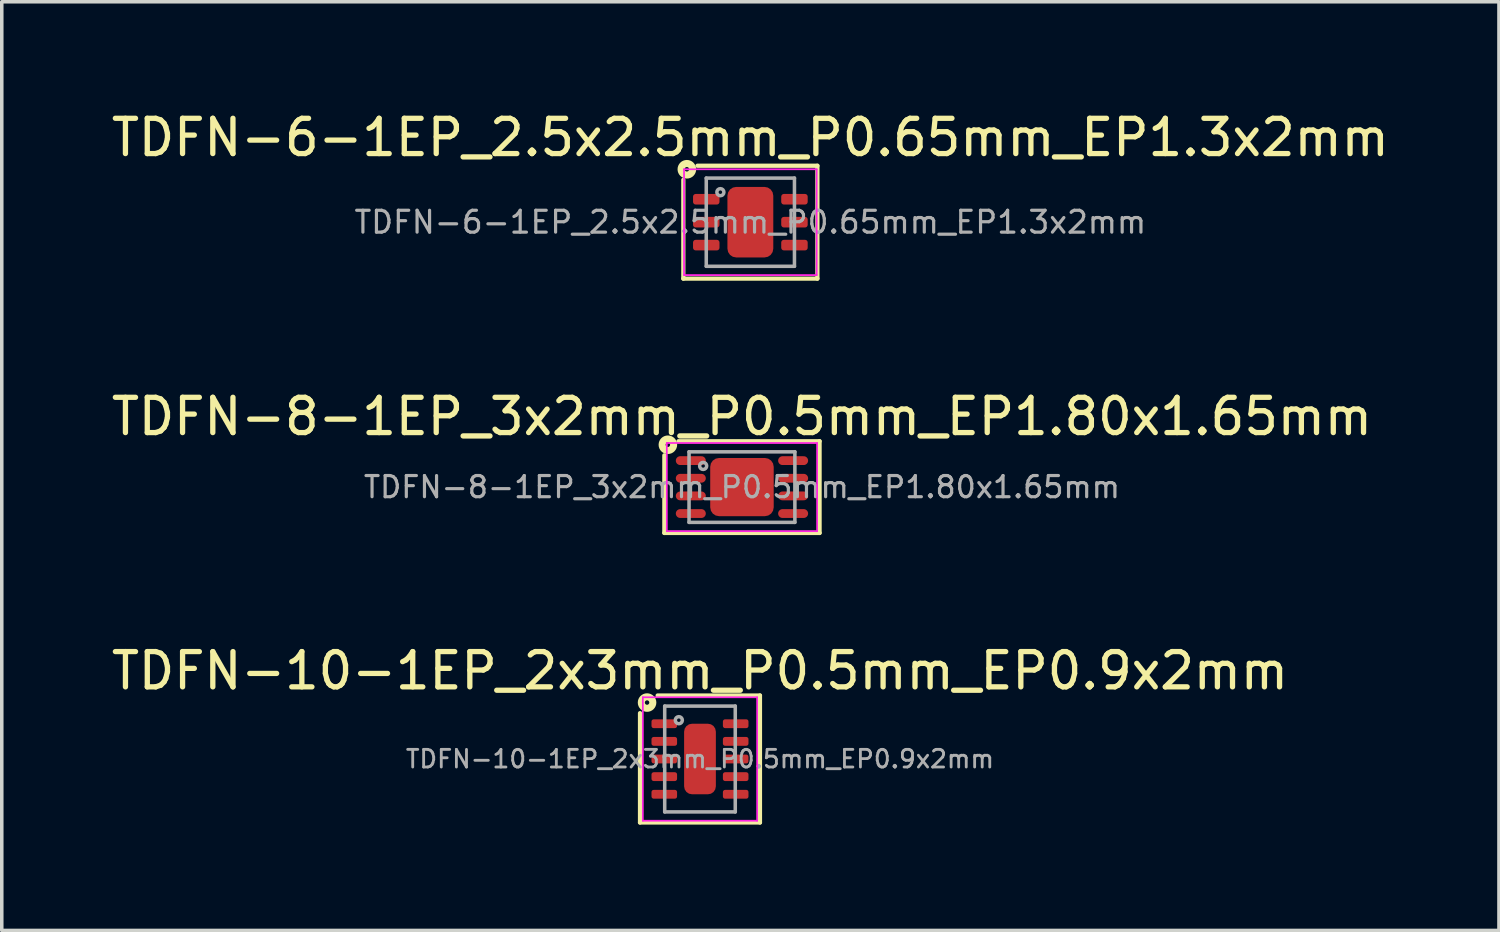
<source format=kicad_pcb>
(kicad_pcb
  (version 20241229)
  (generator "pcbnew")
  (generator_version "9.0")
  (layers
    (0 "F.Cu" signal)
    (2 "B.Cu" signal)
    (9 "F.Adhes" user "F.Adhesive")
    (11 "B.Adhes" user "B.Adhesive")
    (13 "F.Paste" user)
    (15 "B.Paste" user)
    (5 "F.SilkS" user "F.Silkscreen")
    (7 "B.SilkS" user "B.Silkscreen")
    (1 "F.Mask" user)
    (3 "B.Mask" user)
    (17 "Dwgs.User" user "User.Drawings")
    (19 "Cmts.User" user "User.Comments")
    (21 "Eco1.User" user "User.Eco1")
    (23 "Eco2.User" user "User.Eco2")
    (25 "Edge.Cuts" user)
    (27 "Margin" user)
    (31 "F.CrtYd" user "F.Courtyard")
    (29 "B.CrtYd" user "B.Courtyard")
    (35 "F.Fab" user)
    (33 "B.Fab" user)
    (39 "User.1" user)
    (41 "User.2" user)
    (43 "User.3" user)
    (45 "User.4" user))
  (footprint "TDFN-8-1EP_3x2mm_P0.5mm_EP1.80x1.65mm"
    (layer "F.Cu")
    (at 17.982 10.757)
    (property "Reference" "TDFN-8-1EP_3x2mm_P0.5mm_EP1.80x1.65mm" (at 0 -2 0) (layer "F.SilkS") (effects (font (size 1 1) (thickness 0.15))))
    (attr smd)
    (fp_line (start -2.2 -0.9) (end -2.2 1.3) (stroke (width 0.12) (type solid)) (layer "F.SilkS"))
    (fp_line (start -2.2 1.3) (end 2.2 1.3) (stroke (width 0.12) (type solid)) (layer "F.SilkS"))
    (fp_line (start 2.2 -1.3) (end -1.8 -1.3) (stroke (width 0.12) (type solid)) (layer "F.SilkS"))
    (fp_line (start 2.2 1.3) (end 2.2 -1.3) (stroke (width 0.12) (type solid)) (layer "F.SilkS"))
    (fp_circle (center -2.1 -1.2) (end -2.037 -1.2) (stroke (width 0.2) (type solid)) (fill no) (layer "F.SilkS"))
    (fp_line (start -2.13 -1.25) (end -2.13 1.25) (stroke (width 0.05) (type solid)) (layer "F.CrtYd"))
    (fp_line (start -2.13 1.25) (end 2.13 1.25) (stroke (width 0.05) (type solid)) (layer "F.CrtYd"))
    (fp_line (start 2.13 -1.25) (end -2.13 -1.25) (stroke (width 0.05) (type solid)) (layer "F.CrtYd"))
    (fp_line (start 2.13 1.25) (end 2.13 -1.25) (stroke (width 0.05) (type solid)) (layer "F.CrtYd"))
    (fp_line (start -1.5 -1) (end -1.5 1) (stroke (width 0.1) (type solid)) (layer "F.Fab"))
    (fp_line (start -1.5 1) (end 1.5 1) (stroke (width 0.1) (type solid)) (layer "F.Fab"))
    (fp_line (start 1.5 -1) (end -1.5 -1) (stroke (width 0.1) (type solid)) (layer "F.Fab"))
    (fp_line (start 1.5 1) (end 1.5 -1) (stroke (width 0.1) (type solid)) (layer "F.Fab"))
    (fp_circle (center -1.1 -0.6) (end -1 -0.6) (stroke (width 0.1) (type solid)) (fill no) (layer "F.Fab"))
    (fp_text user "${REFERENCE}" (at 0 0 0) (layer "F.Fab") (effects (font (size 0.6 0.6) (thickness 0.09))))
    (pad "" smd roundrect (at -0.45 -0.4) (size 0.6 0.6) (layers "F.Paste") (roundrect_rratio 0.152))
    (pad "" smd roundrect (at -0.45 0.4) (size 0.6 0.6) (layers "F.Paste") (roundrect_rratio 0.152))
    (pad "" smd roundrect (at 0.45 -0.4) (size 0.6 0.6) (layers "F.Paste") (roundrect_rratio 0.152))
    (pad "" smd roundrect (at 0.45 0.4) (size 0.6 0.6) (layers "F.Paste") (roundrect_rratio 0.152))
    (pad "1" smd oval (at -1.45 -0.75) (size 0.85 0.25) (layers "F.Cu" "F.Mask" "F.Paste"))
    (pad "2" smd oval (at -1.45 -0.25) (size 0.85 0.25) (layers "F.Cu" "F.Mask" "F.Paste"))
    (pad "3" smd oval (at -1.45 0.25) (size 0.85 0.25) (layers "F.Cu" "F.Mask" "F.Paste"))
    (pad "4" smd oval (at -1.45 0.75) (size 0.85 0.25) (layers "F.Cu" "F.Mask" "F.Paste"))
    (pad "5" smd oval (at 1.45 0.75) (size 0.85 0.25) (layers "F.Cu" "F.Mask" "F.Paste"))
    (pad "6" smd oval (at 1.45 0.25) (size 0.85 0.25) (layers "F.Cu" "F.Mask" "F.Paste"))
    (pad "7" smd oval (at 1.45 -0.25) (size 0.85 0.25) (layers "F.Cu" "F.Mask" "F.Paste"))
    (pad "8" smd oval (at 1.45 -0.75) (size 0.85 0.25) (layers "F.Cu" "F.Mask" "F.Paste"))
    (pad "9" smd roundrect (at 0 0) (size 1.8 1.65) (layers "F.Cu" "F.Mask") (roundrect_rratio 0.152)))
  (footprint "TDFN-6-1EP_2.5x2.5mm_P0.65mm_EP1.3x2mm"
    (layer "F.Cu")
    (at 18.22 3.248)
    (property "Reference" "TDFN-6-1EP_2.5x2.5mm_P0.65mm_EP1.3x2mm" (at 0 -2.4 0) (layer "F.SilkS") (effects (font (size 1 1) (thickness 0.15))))
    (attr smd)
    (fp_line (start -1.9 -1.2) (end -1.9 1.6) (stroke (width 0.12) (type solid)) (layer "F.SilkS"))
    (fp_line (start -1.9 1.6) (end 1.9 1.6) (stroke (width 0.12) (type solid)) (layer "F.SilkS"))
    (fp_line (start 1.9 -1.6) (end -1.5 -1.6) (stroke (width 0.12) (type solid)) (layer "F.SilkS"))
    (fp_line (start 1.9 1.6) (end 1.9 -1.6) (stroke (width 0.12) (type solid)) (layer "F.SilkS"))
    (fp_circle (center -1.8 -1.5) (end -1.736 -1.5) (stroke (width 0.2) (type solid)) (fill no) (layer "F.SilkS"))
    (fp_line (start -1.88 -1.5) (end -1.88 1.5) (stroke (width 0.05) (type solid)) (layer "F.CrtYd"))
    (fp_line (start -1.88 1.5) (end 1.88 1.5) (stroke (width 0.05) (type solid)) (layer "F.CrtYd"))
    (fp_line (start 1.88 -1.5) (end -1.88 -1.5) (stroke (width 0.05) (type solid)) (layer "F.CrtYd"))
    (fp_line (start 1.88 1.5) (end 1.88 -1.5) (stroke (width 0.05) (type solid)) (layer "F.CrtYd"))
    (fp_line (start -1.25 -1.25) (end 1.25 -1.25) (stroke (width 0.1) (type solid)) (layer "F.Fab"))
    (fp_line (start -1.25 1.25) (end -1.25 -1.25) (stroke (width 0.1) (type solid)) (layer "F.Fab"))
    (fp_line (start 1.25 -1.25) (end 1.25 1.25) (stroke (width 0.1) (type solid)) (layer "F.Fab"))
    (fp_line (start 1.25 1.25) (end -1.25 1.25) (stroke (width 0.1) (type solid)) (layer "F.Fab"))
    (fp_circle (center -0.85 -0.85) (end -0.75 -0.85) (stroke (width 0.1) (type solid)) (fill no) (layer "F.Fab"))
    (fp_text user "${REFERENCE}" (at 0 0 0) (layer "F.Fab") (effects (font (size 0.62 0.62) (thickness 0.09))))
    (pad "" smd roundrect (at -0.325 -0.5) (size 0.52 0.81) (layers "F.Paste") (roundrect_rratio 0.25))
    (pad "" smd roundrect (at -0.325 0.5) (size 0.52 0.81) (layers "F.Paste") (roundrect_rratio 0.25))
    (pad "" smd roundrect (at 0.325 -0.5) (size 0.52 0.81) (layers "F.Paste") (roundrect_rratio 0.25))
    (pad "" smd roundrect (at 0.325 0.5) (size 0.52 0.81) (layers "F.Paste") (roundrect_rratio 0.25))
    (pad "1" smd roundrect (at -1.25 -0.65) (size 0.75 0.3) (layers "F.Cu" "F.Mask" "F.Paste") (roundrect_rratio 0.25))
    (pad "2" smd roundrect (at -1.25 0) (size 0.75 0.3) (layers "F.Cu" "F.Mask" "F.Paste") (roundrect_rratio 0.25))
    (pad "3" smd roundrect (at -1.25 0.65) (size 0.75 0.3) (layers "F.Cu" "F.Mask" "F.Paste") (roundrect_rratio 0.25))
    (pad "4" smd roundrect (at 1.25 0.65) (size 0.75 0.3) (layers "F.Cu" "F.Mask" "F.Paste") (roundrect_rratio 0.25))
    (pad "5" smd roundrect (at 1.25 0) (size 0.75 0.3) (layers "F.Cu" "F.Mask" "F.Paste") (roundrect_rratio 0.25))
    (pad "6" smd roundrect (at 1.25 -0.65) (size 0.75 0.3) (layers "F.Cu" "F.Mask" "F.Paste") (roundrect_rratio 0.25))
    (pad "7" smd roundrect (at 0 0) (size 1.3 2) (layers "F.Cu" "F.Mask") (roundrect_rratio 0.192)))
  (footprint "TDFN-10-1EP_2x3mm_P0.5mm_EP0.9x2mm"
    (layer "F.Cu")
    (at 16.792 18.465)
    (property "Reference" "TDFN-10-1EP_2x3mm_P0.5mm_EP0.9x2mm" (at 0 -2.5 0) (layer "F.SilkS") (effects (font (size 1 1) (thickness 0.15))))
    (attr smd)
    (fp_line (start -1.7 -1.3) (end -1.7 1.8) (stroke (width 0.12) (type solid)) (layer "F.SilkS"))
    (fp_line (start -1.7 1.8) (end 1.7 1.8) (stroke (width 0.12) (type solid)) (layer "F.SilkS"))
    (fp_line (start 1.7 -1.8) (end -1.2 -1.8) (stroke (width 0.12) (type solid)) (layer "F.SilkS"))
    (fp_line (start 1.7 1.8) (end 1.7 -1.8) (stroke (width 0.12) (type solid)) (layer "F.SilkS"))
    (fp_circle (center -1.5 -1.6) (end -1.437 -1.6) (stroke (width 0.2) (type solid)) (fill no) (layer "F.SilkS"))
    (fp_line (start -1.62 -1.75) (end -1.62 1.75) (stroke (width 0.05) (type solid)) (layer "F.CrtYd"))
    (fp_line (start -1.62 1.75) (end 1.62 1.75) (stroke (width 0.05) (type solid)) (layer "F.CrtYd"))
    (fp_line (start 1.62 -1.75) (end -1.62 -1.75) (stroke (width 0.05) (type solid)) (layer "F.CrtYd"))
    (fp_line (start 1.62 1.75) (end 1.62 -1.75) (stroke (width 0.05) (type solid)) (layer "F.CrtYd"))
    (fp_line (start -1 -1.5) (end 1 -1.5) (stroke (width 0.1) (type solid)) (layer "F.Fab"))
    (fp_line (start -1 1.5) (end -1 -1.5) (stroke (width 0.1) (type solid)) (layer "F.Fab"))
    (fp_line (start 1 -1.5) (end 1 1.5) (stroke (width 0.1) (type solid)) (layer "F.Fab"))
    (fp_line (start 1 1.5) (end -1 1.5) (stroke (width 0.1) (type solid)) (layer "F.Fab"))
    (fp_circle (center -0.6 -1.1) (end -0.5 -1.1) (stroke (width 0.1) (type solid)) (fill no) (layer "F.Fab"))
    (fp_text user "${REFERENCE}" (at 0 0 0) (layer "F.Fab") (effects (font (size 0.5 0.5) (thickness 0.08))))
    (pad "" smd roundrect (at 0 -0.5) (size 0.73 0.81) (layers "F.Paste") (roundrect_rratio 0.25))
    (pad "" smd roundrect (at 0 0.5) (size 0.73 0.81) (layers "F.Paste") (roundrect_rratio 0.25))
    (pad "1" smd roundrect (at -1.012 -1) (size 0.725 0.25) (layers "F.Cu" "F.Mask" "F.Paste") (roundrect_rratio 0.25))
    (pad "2" smd roundrect (at -1.012 -0.5) (size 0.725 0.25) (layers "F.Cu" "F.Mask" "F.Paste") (roundrect_rratio 0.25))
    (pad "3" smd roundrect (at -1.012 0) (size 0.725 0.25) (layers "F.Cu" "F.Mask" "F.Paste") (roundrect_rratio 0.25))
    (pad "4" smd roundrect (at -1.012 0.5) (size 0.725 0.25) (layers "F.Cu" "F.Mask" "F.Paste") (roundrect_rratio 0.25))
    (pad "5" smd roundrect (at -1.012 1) (size 0.725 0.25) (layers "F.Cu" "F.Mask" "F.Paste") (roundrect_rratio 0.25))
    (pad "6" smd roundrect (at 1.012 1) (size 0.725 0.25) (layers "F.Cu" "F.Mask" "F.Paste") (roundrect_rratio 0.25))
    (pad "7" smd roundrect (at 1.012 0.5) (size 0.725 0.25) (layers "F.Cu" "F.Mask" "F.Paste") (roundrect_rratio 0.25))
    (pad "8" smd roundrect (at 1.012 0) (size 0.725 0.25) (layers "F.Cu" "F.Mask" "F.Paste") (roundrect_rratio 0.25))
    (pad "9" smd roundrect (at 1.012 -0.5) (size 0.725 0.25) (layers "F.Cu" "F.Mask" "F.Paste") (roundrect_rratio 0.25))
    (pad "10" smd roundrect (at 1.012 -1) (size 0.725 0.25) (layers "F.Cu" "F.Mask" "F.Paste") (roundrect_rratio 0.25))
    (pad "11" smd roundrect (at 0 0) (size 0.9 2) (layers "F.Cu" "F.Mask") (roundrect_rratio 0.25)))
  (gr_rect
    (start -3 -3)
    (end 39.44 23.325)
    (stroke (width 0.1) (type default))
    (fill no)
    (layer "Edge.Cuts")))
</source>
